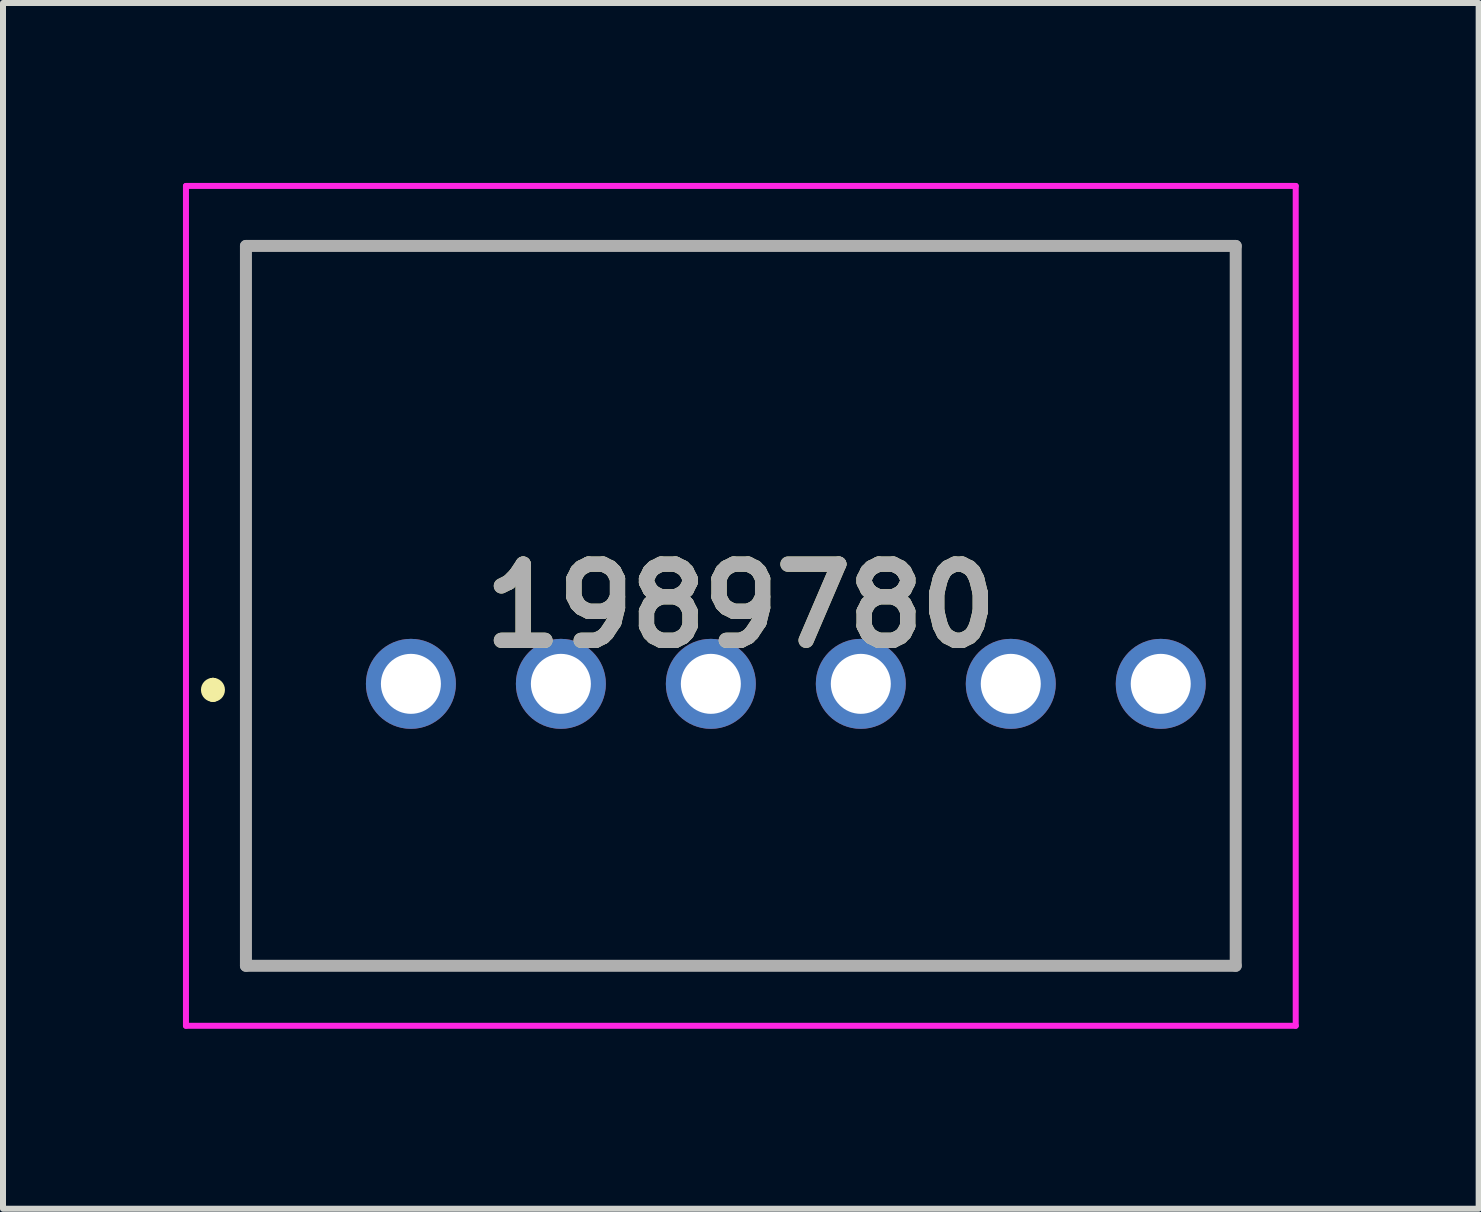
<source format=kicad_pcb>
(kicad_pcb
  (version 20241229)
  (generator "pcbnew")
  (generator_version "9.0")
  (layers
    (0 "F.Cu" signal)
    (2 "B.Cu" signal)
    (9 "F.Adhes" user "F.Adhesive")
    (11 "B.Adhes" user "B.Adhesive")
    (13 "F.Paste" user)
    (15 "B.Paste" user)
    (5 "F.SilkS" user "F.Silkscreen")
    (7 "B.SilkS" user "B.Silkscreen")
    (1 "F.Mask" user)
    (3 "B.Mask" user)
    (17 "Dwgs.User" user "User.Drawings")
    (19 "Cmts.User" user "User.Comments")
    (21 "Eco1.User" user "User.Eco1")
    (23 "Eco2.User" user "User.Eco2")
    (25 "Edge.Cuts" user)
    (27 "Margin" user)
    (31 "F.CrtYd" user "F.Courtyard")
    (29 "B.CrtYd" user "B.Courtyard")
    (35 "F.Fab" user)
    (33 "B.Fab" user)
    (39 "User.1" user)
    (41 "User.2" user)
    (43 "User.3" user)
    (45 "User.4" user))
  (footprint "1989780"
    (layer "F.Cu")
    (at 3.8 8.35)
    (property "Reference" "1989780" (at 5.5 -1.3 0) (layer "F.SilkS") (effects (font (size 1.27 1.27) (thickness 0.254))))
    (attr through_hole)
    (fp_line (start -3.3 0) (end -3.3 0) (stroke (width 0.2) (type solid)) (layer "F.SilkS"))
    (fp_line (start -3.3 0.2) (end -3.3 0.2) (stroke (width 0.2) (type solid)) (layer "F.SilkS"))
    (fp_line (start -2.75 -7.3) (end 13.75 -7.3) (stroke (width 0.1) (type solid)) (layer "F.SilkS"))
    (fp_line (start -2.75 4.7) (end -2.75 -7.3) (stroke (width 0.1) (type solid)) (layer "F.SilkS"))
    (fp_line (start 13.75 -7.3) (end 13.75 4.7) (stroke (width 0.1) (type solid)) (layer "F.SilkS"))
    (fp_line (start 13.75 4.7) (end -2.75 4.7) (stroke (width 0.1) (type solid)) (layer "F.SilkS"))
    (fp_arc (start -3.3 0) (mid -3.2 0.1) (end -3.3 0.2) (stroke (width 0.2) (type solid)) (layer "F.SilkS"))
    (fp_arc (start -3.3 0.2) (mid -3.4 0.1) (end -3.3 0) (stroke (width 0.2) (type solid)) (layer "F.SilkS"))
    (fp_line (start -3.75 -8.3) (end 14.75 -8.3) (stroke (width 0.1) (type solid)) (layer "F.CrtYd"))
    (fp_line (start -3.75 5.7) (end -3.75 -8.3) (stroke (width 0.1) (type solid)) (layer "F.CrtYd"))
    (fp_line (start 14.75 -8.3) (end 14.75 5.7) (stroke (width 0.1) (type solid)) (layer "F.CrtYd"))
    (fp_line (start 14.75 5.7) (end -3.75 5.7) (stroke (width 0.1) (type solid)) (layer "F.CrtYd"))
    (fp_line (start -2.75 -7.3) (end 13.75 -7.3) (stroke (width 0.2) (type solid)) (layer "F.Fab"))
    (fp_line (start -2.75 4.7) (end -2.75 -7.3) (stroke (width 0.2) (type solid)) (layer "F.Fab"))
    (fp_line (start 13.75 -7.3) (end 13.75 4.7) (stroke (width 0.2) (type solid)) (layer "F.Fab"))
    (fp_line (start 13.75 4.7) (end -2.75 4.7) (stroke (width 0.2) (type solid)) (layer "F.Fab"))
    (fp_text user "${REFERENCE}" (at 5.5 -1.3 0) (layer "F.Fab") (effects (font (size 1.27 1.27) (thickness 0.254))))
    (pad "1" thru_hole circle (at 0 0) (size 1.5 1.5) (drill 1) (layers "*.Cu" "*.Mask"))
    (pad "2" thru_hole circle (at 2.5 0) (size 1.5 1.5) (drill 1) (layers "*.Cu" "*.Mask"))
    (pad "3" thru_hole circle (at 5 0) (size 1.5 1.5) (drill 1) (layers "*.Cu" "*.Mask"))
    (pad "4" thru_hole circle (at 7.5 0) (size 1.5 1.5) (drill 1) (layers "*.Cu" "*.Mask"))
    (pad "5" thru_hole circle (at 10 0) (size 1.5 1.5) (drill 1) (layers "*.Cu" "*.Mask"))
    (pad "6" thru_hole circle (at 12.5 0) (size 1.5 1.5) (drill 1) (layers "*.Cu" "*.Mask")))
  (gr_rect
    (start -3 -3)
    (end 21.6 17.1)
    (stroke (width 0.1) (type default))
    (fill no)
    (layer "Edge.Cuts")))
</source>
